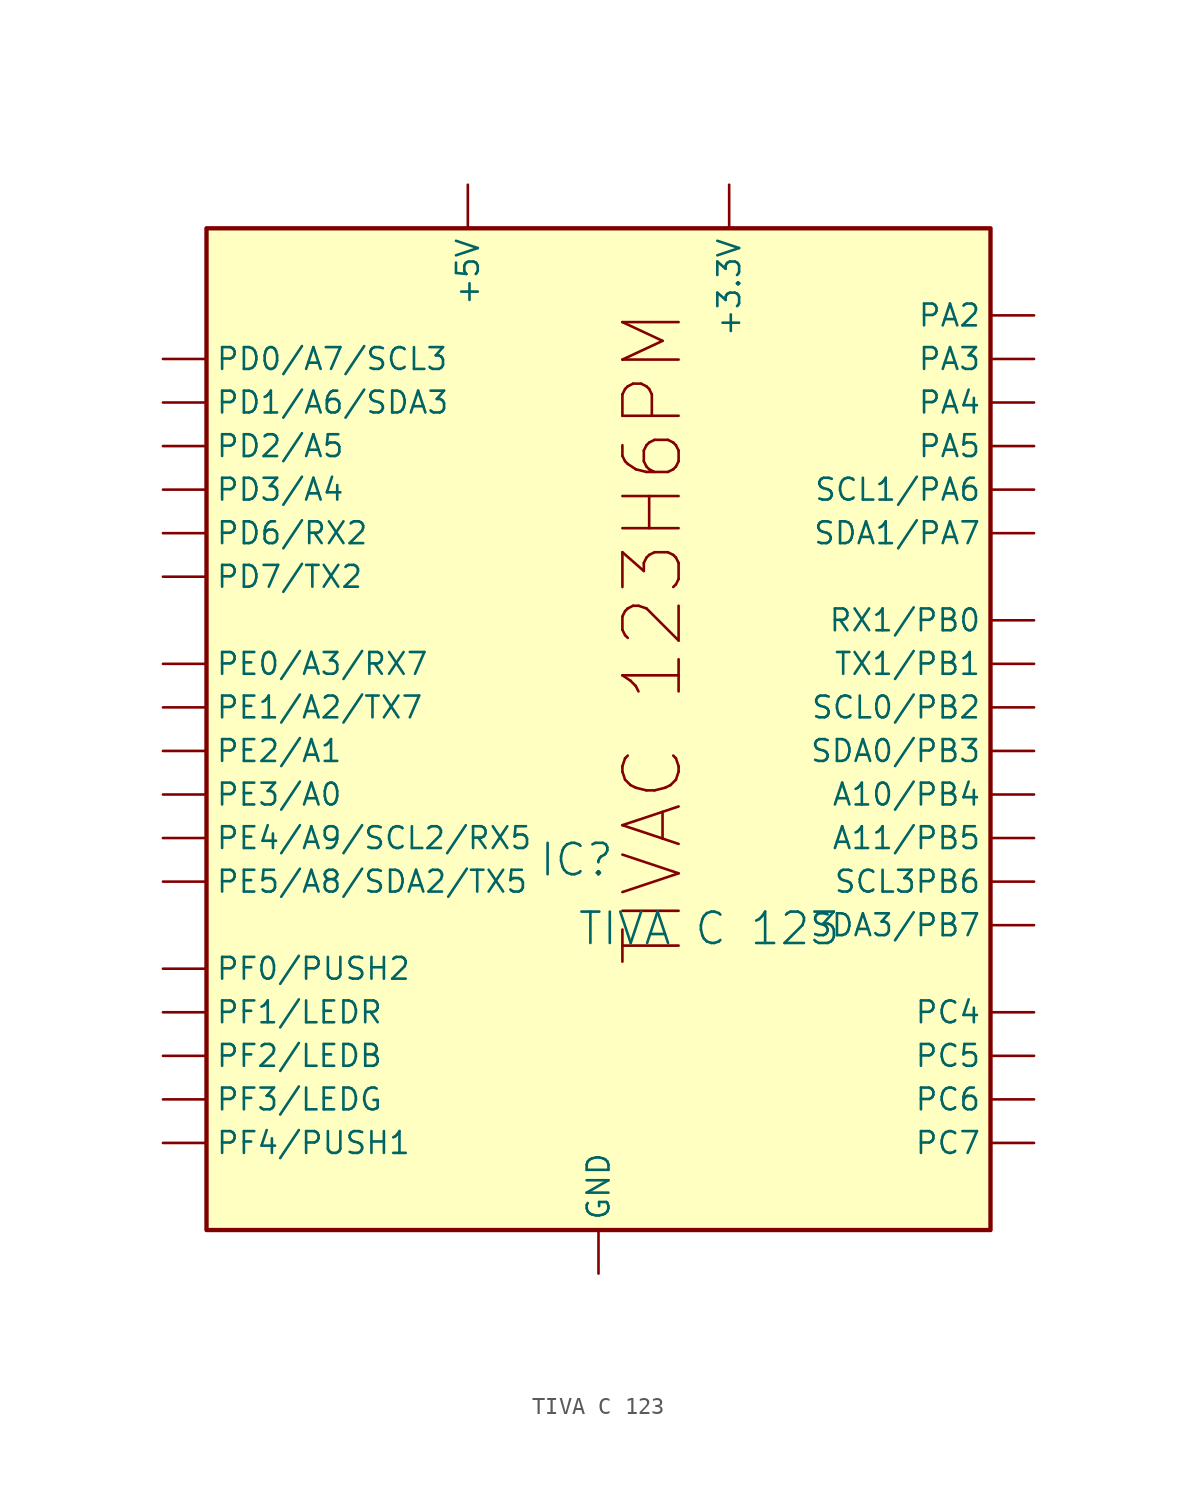
<source format=kicad_sym>
(kicad_symbol_lib
  (version 20231120)
  (generator "kicad_symbol_editor")
  (generator_version "8.0")
  (symbol "TIVA C 123"
    (property "Reference" "IC"
      (at -1.27 1.27 0)
      (effects (font (size 1.829 1.829))))
    (property "Value" "TIVA C 123"
      (at -1.27 -3.81 0)
      (effects (font (size 1.829 1.829)) (justify left bottom)))
    (symbol "TIVA C 123_1_0"
      (rectangle (start 22.86 38.1) (end -22.86 -20.32) (stroke (width 0.254) (type solid) (color 128 0 0 1)) (fill (type background)))
      (text "TIVAC 123H6PM" (at 5.08 -5.08 900) (effects (font (size 3.277 3.277)) (justify left bottom)))
      (pin passive line (at 7.62 40.64 270) (length 2.54) (name "+3.3V" (effects (font (size 1.27 1.27)))) (number "3.3V" (effects (font (size 0 0)))))
      (pin passive line (at -7.62 40.64 270) (length 2.54) (name "+5V" (effects (font (size 1.27 1.27)))) (number "5V" (effects (font (size 0 0)))))
      (pin passive line (at 0 -22.86 90) (length 2.54) (name "GND" (effects (font (size 1.27 1.27)))) (number "GND" (effects (font (size 0 0)))))
      (pin passive line (at 25.4 33.02 180) (length 2.54) (name "PA2" (effects (font (size 1.27 1.27)))) (number "PA2" (effects (font (size 0 0)))))
      (pin passive line (at 25.4 30.48 180) (length 2.54) (name "PA3" (effects (font (size 1.27 1.27)))) (number "PA3" (effects (font (size 0 0)))))
      (pin passive line (at 25.4 27.94 180) (length 2.54) (name "PA4" (effects (font (size 1.27 1.27)))) (number "PA4" (effects (font (size 0 0)))))
      (pin passive line (at 25.4 25.4 180) (length 2.54) (name "PA5" (effects (font (size 1.27 1.27)))) (number "PA5" (effects (font (size 0 0)))))
      (pin passive line (at 25.4 22.86 180) (length 2.54) (name "SCL1/PA6" (effects (font (size 1.27 1.27)))) (number "PA6" (effects (font (size 0 0)))))
      (pin passive line (at 25.4 20.32 180) (length 2.54) (name "SDA1/PA7" (effects (font (size 1.27 1.27)))) (number "PA7" (effects (font (size 0 0)))))
      (pin passive line (at 25.4 15.24 180) (length 2.54) (name "RX1/PB0" (effects (font (size 1.27 1.27)))) (number "PB0" (effects (font (size 0 0)))))
      (pin passive line (at 25.4 12.7 180) (length 2.54) (name "TX1/PB1" (effects (font (size 1.27 1.27)))) (number "PB1" (effects (font (size 0 0)))))
      (pin passive line (at 25.4 10.16 180) (length 2.54) (name "SCL0/PB2" (effects (font (size 1.27 1.27)))) (number "PB2" (effects (font (size 0 0)))))
      (pin passive line (at 25.4 7.62 180) (length 2.54) (name "SDA0/PB3" (effects (font (size 1.27 1.27)))) (number "PB3" (effects (font (size 0 0)))))
      (pin passive line (at 25.4 5.08 180) (length 2.54) (name "A10/PB4" (effects (font (size 1.27 1.27)))) (number "PB4" (effects (font (size 0 0)))))
      (pin passive line (at 25.4 2.54 180) (length 2.54) (name "A11/PB5" (effects (font (size 1.27 1.27)))) (number "PB5" (effects (font (size 0 0)))))
      (pin passive line (at 25.4 0 180) (length 2.54) (name "SCL3PB6" (effects (font (size 1.27 1.27)))) (number "PB6" (effects (font (size 0 0)))))
      (pin passive line (at 25.4 -2.54 180) (length 2.54) (name "SDA3/PB7" (effects (font (size 1.27 1.27)))) (number "PB7" (effects (font (size 0 0)))))
      (pin passive line (at 25.4 -7.62 180) (length 2.54) (name "PC4" (effects (font (size 1.27 1.27)))) (number "PC4" (effects (font (size 0 0)))))
      (pin passive line (at 25.4 -10.16 180) (length 2.54) (name "PC5" (effects (font (size 1.27 1.27)))) (number "PC5" (effects (font (size 0 0)))))
      (pin passive line (at 25.4 -12.7 180) (length 2.54) (name "PC6" (effects (font (size 1.27 1.27)))) (number "PC6" (effects (font (size 0 0)))))
      (pin passive line (at 25.4 -15.24 180) (length 2.54) (name "PC7" (effects (font (size 1.27 1.27)))) (number "PC7" (effects (font (size 0 0)))))
      (pin passive line (at -25.4 30.48 0) (length 2.54) (name "PD0/A7/SCL3" (effects (font (size 1.27 1.27)))) (number "PD0" (effects (font (size 0 0)))))
      (pin passive line (at -25.4 27.94 0) (length 2.54) (name "PD1/A6/SDA3" (effects (font (size 1.27 1.27)))) (number "PD1" (effects (font (size 0 0)))))
      (pin passive line (at -25.4 25.4 0) (length 2.54) (name "PD2/A5" (effects (font (size 1.27 1.27)))) (number "PD2" (effects (font (size 0 0)))))
      (pin passive line (at -25.4 22.86 0) (length 2.54) (name "PD3/A4" (effects (font (size 1.27 1.27)))) (number "PD3" (effects (font (size 0 0)))))
      (pin passive line (at -25.4 20.32 0) (length 2.54) (name "PD6/RX2" (effects (font (size 1.27 1.27)))) (number "PD6" (effects (font (size 0 0)))))
      (pin passive line (at -25.4 17.78 0) (length 2.54) (name "PD7/TX2" (effects (font (size 1.27 1.27)))) (number "PD7" (effects (font (size 0 0)))))
      (pin passive line (at -25.4 12.7 0) (length 2.54) (name "PE0/A3/RX7" (effects (font (size 1.27 1.27)))) (number "PE0" (effects (font (size 0 0)))))
      (pin passive line (at -25.4 10.16 0) (length 2.54) (name "PE1/A2/TX7" (effects (font (size 1.27 1.27)))) (number "PE1" (effects (font (size 0 0)))))
      (pin passive line (at -25.4 7.62 0) (length 2.54) (name "PE2/A1" (effects (font (size 1.27 1.27)))) (number "PE2" (effects (font (size 0 0)))))
      (pin passive line (at -25.4 5.08 0) (length 2.54) (name "PE3/A0" (effects (font (size 1.27 1.27)))) (number "PE3" (effects (font (size 0 0)))))
      (pin passive line (at -25.4 2.54 0) (length 2.54) (name "PE4/A9/SCL2/RX5" (effects (font (size 1.27 1.27)))) (number "PE4" (effects (font (size 0 0)))))
      (pin passive line (at -25.4 0 0) (length 2.54) (name "PE5/A8/SDA2/TX5" (effects (font (size 1.27 1.27)))) (number "PE5" (effects (font (size 0 0)))))
      (pin passive line (at -25.4 -5.08 0) (length 2.54) (name "PF0/PUSH2" (effects (font (size 1.27 1.27)))) (number "PF0" (effects (font (size 0 0)))))
      (pin passive line (at -25.4 -7.62 0) (length 2.54) (name "PF1/LEDR" (effects (font (size 1.27 1.27)))) (number "PF1" (effects (font (size 0 0)))))
      (pin passive line (at -25.4 -10.16 0) (length 2.54) (name "PF2/LEDB" (effects (font (size 1.27 1.27)))) (number "PF2" (effects (font (size 0 0)))))
      (pin passive line (at -25.4 -12.7 0) (length 2.54) (name "PF3/LEDG" (effects (font (size 1.27 1.27)))) (number "PF3" (effects (font (size 0 0)))))
      (pin passive line (at -25.4 -15.24 0) (length 2.54) (name "PF4/PUSH1" (effects (font (size 1.27 1.27)))) (number "PF4" (effects (font (size 0 0))))))))
</source>
